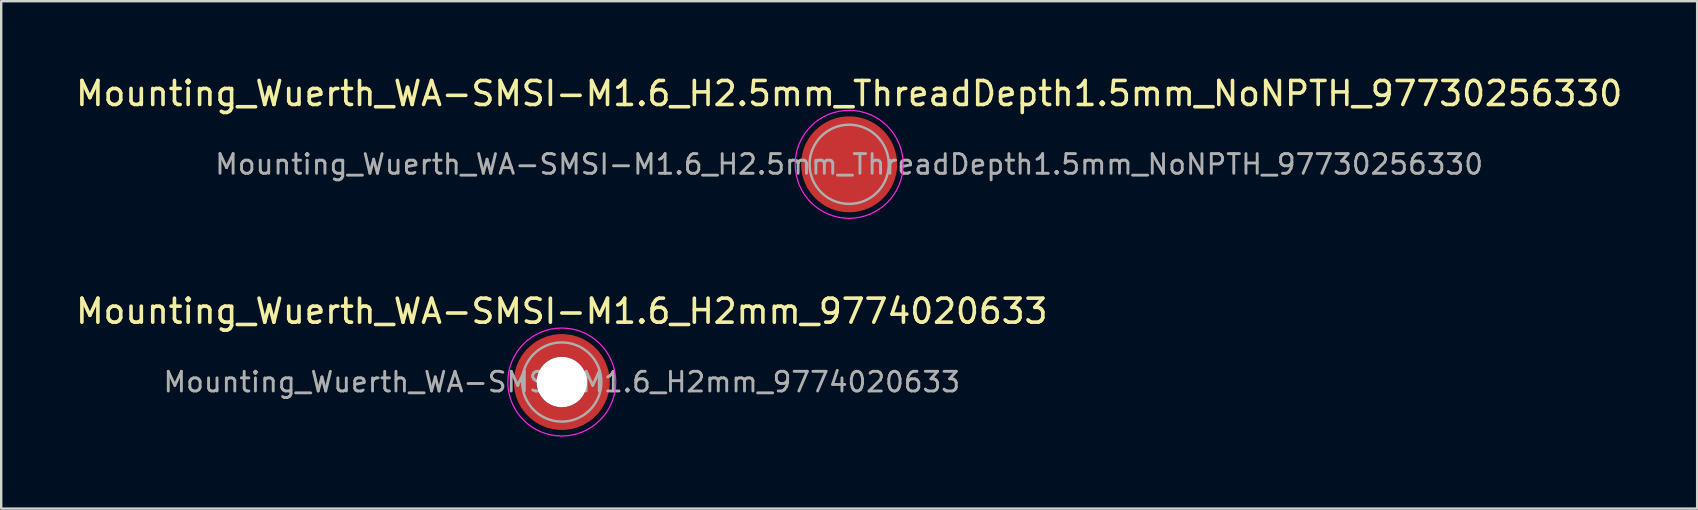
<source format=kicad_pcb>
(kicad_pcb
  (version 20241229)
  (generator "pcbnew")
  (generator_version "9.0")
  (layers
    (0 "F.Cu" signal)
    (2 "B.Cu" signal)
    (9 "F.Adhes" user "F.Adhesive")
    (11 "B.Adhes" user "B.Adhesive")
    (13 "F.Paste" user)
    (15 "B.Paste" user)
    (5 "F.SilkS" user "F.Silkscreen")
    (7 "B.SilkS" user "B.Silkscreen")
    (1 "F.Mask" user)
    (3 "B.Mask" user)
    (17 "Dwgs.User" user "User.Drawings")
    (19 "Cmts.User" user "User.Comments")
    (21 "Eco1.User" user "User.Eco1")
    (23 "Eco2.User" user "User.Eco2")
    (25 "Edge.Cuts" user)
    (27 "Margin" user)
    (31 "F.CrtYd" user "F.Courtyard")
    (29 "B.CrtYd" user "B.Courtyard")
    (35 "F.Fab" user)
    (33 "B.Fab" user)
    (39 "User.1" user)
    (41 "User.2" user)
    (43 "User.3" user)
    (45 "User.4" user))
  (footprint "Mounting_Wuerth_WA-SMSI-M1.6_H2.5mm_ThreadDepth1.5mm_NoNPTH_97730256330"
    (layer "F.Cu")
    (at 32.339 3.798)
    (property "Reference" "Mounting_Wuerth_WA-SMSI-M1.6_H2.5mm_ThreadDepth1.5mm_NoNPTH_97730256330" (at 0 -2.95 0) (layer "F.SilkS") (effects (font (size 1 1) (thickness 0.15))))
    (attr smd)
    (fp_circle (center 0 0) (end 2.25 0) (stroke (width 0.05) (type solid)) (fill no) (layer "F.CrtYd"))
    (fp_circle (center 0 0) (end 1.65 0) (stroke (width 0.1) (type solid)) (fill no) (layer "F.Fab"))
    (fp_text user "${REFERENCE}" (at 0 0 0) (layer "F.Fab") (effects (font (size 0.82 0.82) (thickness 0.12))))
    (pad "" smd custom (at -0.778 -0.778) (size 1.2 1.2) (layers "F.Paste") (options (anchor circle)) (primitives (gr_arc (start 0.465568 0.527817) (mid 0.494887 0.495062) (end 0.527624 0.465723) (width 0.2)) (gr_arc (start 0.344805 0.527817) (mid 0.424264 0.424264) (end 0.527818 0.344805) (width 0.2)) (gr_arc (start 0.232382 0.527817) (mid 0.353364 0.353743) (end 0.527329 0.232606) (width 0.2)) (gr_arc (start 0.123983 0.527817) (mid 0.282626 0.28306) (end 0.527243 0.124203) (width 0.2)) (gr_arc (start 0.017883 0.527817) (mid 0.211737 0.212527) (end 0.526755 0.018233) (width 0.2)) (gr_arc (start -0.086763 0.527817) (mid 0.141173 0.14167) (end 0.527142 -0.086568) (width 0.2)) (gr_arc (start -0.190428 0.527817) (mid 0.070433 0.070988) (end 0.527057 -0.190232) (width 0.2)) (gr_arc (start -0.293397 0.527817) (mid -0.000182 0.000182) (end 0.527315 -0.29328) (width 0.2)) (gr_arc (start -0.395852 0.527817) (mid -0.071085 -0.070336) (end 0.526781 -0.395631) (width 0.2)) (gr_arc (start -0.497918 0.527817) (mid -0.141622 -0.141221) (end 0.52726 -0.497809) (width 0.2)) (gr_arc (start -0.59968 0.527817) (mid -0.212364 -0.2119) (end 0.527171 -0.599563) (width 0.2)) (gr_arc (start -0.701202 0.527817) (mid -0.282952 -0.282733) (end 0.527511 -0.70115) (width 0.2)) (gr_arc (start -0.802531 0.527817) (mid -0.353765 -0.353343) (end 0.527227 -0.802438) (width 0.2)) (gr_arc (start -0.9037 0.527817) (mid -0.425176 -0.423352) (end 0.525265 -0.903319) (width 0.2)) (gr_arc (start -1.004737 0.527817) (mid -0.49534 -0.49461) (end 0.526794 -1.004593) (width 0.2)) (gr_line (start 0.528 0.466) (end 0.528 -1.005) (width 0.2)) (gr_line (start 0.466 0.528) (end -1.005 0.528) (width 0.2))))
    (pad "" smd custom (at -0.778 0.778) (size 1.2 1.2) (layers "F.Paste") (options (anchor circle)) (primitives (gr_arc (start 0.527817 -0.465568) (mid 0.495062 -0.494887) (end 0.465723 -0.527624) (width 0.2)) (gr_arc (start 0.527817 -0.344805) (mid 0.424264 -0.424264) (end 0.344805 -0.527818) (width 0.2)) (gr_arc (start 0.527817 -0.232382) (mid 0.353743 -0.353364) (end 0.232606 -0.527329) (width 0.2)) (gr_arc (start 0.527817 -0.123983) (mid 0.28306 -0.282626) (end 0.124203 -0.527243) (width 0.2)) (gr_arc (start 0.527817 -0.017883) (mid 0.212527 -0.211737) (end 0.018233 -0.526755) (width 0.2)) (gr_arc (start 0.527817 0.086763) (mid 0.14167 -0.141173) (end -0.086568 -0.527142) (width 0.2)) (gr_arc (start 0.527817 0.190428) (mid 0.070988 -0.070433) (end -0.190232 -0.527057) (width 0.2)) (gr_arc (start 0.527817 0.293397) (mid 0.000182 0.000182) (end -0.29328 -0.527315) (width 0.2)) (gr_arc (start 0.527817 0.395852) (mid -0.070336 0.071085) (end -0.395631 -0.526781) (width 0.2)) (gr_arc (start 0.527817 0.497918) (mid -0.141221 0.141622) (end -0.497809 -0.52726) (width 0.2)) (gr_arc (start 0.527817 0.59968) (mid -0.2119 0.212364) (end -0.599563 -0.527171) (width 0.2)) (gr_arc (start 0.527817 0.701202) (mid -0.282733 0.282952) (end -0.70115 -0.527511) (width 0.2)) (gr_arc (start 0.527817 0.802531) (mid -0.353343 0.353765) (end -0.802438 -0.527227) (width 0.2)) (gr_arc (start 0.527817 0.9037) (mid -0.423352 0.425176) (end -0.903319 -0.525265) (width 0.2)) (gr_arc (start 0.527817 1.004737) (mid -0.49461 0.49534) (end -1.004593 -0.526794) (width 0.2)) (gr_line (start 0.466 -0.528) (end -1.005 -0.528) (width 0.2)) (gr_line (start 0.528 -0.466) (end 0.528 1.005) (width 0.2))))
    (pad "" smd custom (at 0.778 -0.778) (size 1.2 1.2) (layers "F.Paste") (options (anchor circle)) (primitives (gr_arc (start -0.527817 0.465568) (mid -0.495062 0.494887) (end -0.465723 0.527624) (width 0.2)) (gr_arc (start -0.527817 0.344805) (mid -0.424264 0.424264) (end -0.344805 0.527818) (width 0.2)) (gr_arc (start -0.527817 0.232382) (mid -0.353743 0.353364) (end -0.232606 0.527329) (width 0.2)) (gr_arc (start -0.527817 0.123983) (mid -0.28306 0.282626) (end -0.124203 0.527243) (width 0.2)) (gr_arc (start -0.527817 0.017883) (mid -0.212527 0.211737) (end -0.018233 0.526755) (width 0.2)) (gr_arc (start -0.527817 -0.086763) (mid -0.14167 0.141173) (end 0.086568 0.527142) (width 0.2)) (gr_arc (start -0.527817 -0.190428) (mid -0.070988 0.070433) (end 0.190232 0.527057) (width 0.2)) (gr_arc (start -0.527817 -0.293397) (mid -0.000182 -0.000182) (end 0.29328 0.527315) (width 0.2)) (gr_arc (start -0.527817 -0.395852) (mid 0.070336 -0.071085) (end 0.395631 0.526781) (width 0.2)) (gr_arc (start -0.527817 -0.497918) (mid 0.141221 -0.141622) (end 0.497809 0.52726) (width 0.2)) (gr_arc (start -0.527817 -0.59968) (mid 0.2119 -0.212364) (end 0.599563 0.527171) (width 0.2)) (gr_arc (start -0.527817 -0.701202) (mid 0.282733 -0.282952) (end 0.70115 0.527511) (width 0.2)) (gr_arc (start -0.527817 -0.802531) (mid 0.353343 -0.353765) (end 0.802438 0.527227) (width 0.2)) (gr_arc (start -0.527817 -0.9037) (mid 0.423352 -0.425176) (end 0.903319 0.525265) (width 0.2)) (gr_arc (start -0.527817 -1.004737) (mid 0.49461 -0.49534) (end 1.004593 0.526794) (width 0.2)) (gr_line (start -0.466 0.528) (end 1.005 0.528) (width 0.2)) (gr_line (start -0.528 0.466) (end -0.528 -1.005) (width 0.2))))
    (pad "" smd custom (at 0.778 0.778) (size 1.2 1.2) (layers "F.Paste") (options (anchor circle)) (primitives (gr_arc (start -0.465568 -0.527817) (mid -0.494887 -0.495062) (end -0.527624 -0.465723) (width 0.2)) (gr_arc (start -0.344805 -0.527817) (mid -0.424264 -0.424264) (end -0.527818 -0.344805) (width 0.2)) (gr_arc (start -0.232382 -0.527817) (mid -0.353364 -0.353743) (end -0.527329 -0.232606) (width 0.2)) (gr_arc (start -0.123983 -0.527817) (mid -0.282626 -0.28306) (end -0.527243 -0.124203) (width 0.2)) (gr_arc (start -0.017883 -0.527817) (mid -0.211737 -0.212527) (end -0.526755 -0.018233) (width 0.2)) (gr_arc (start 0.086763 -0.527817) (mid -0.141173 -0.14167) (end -0.527142 0.086568) (width 0.2)) (gr_arc (start 0.190428 -0.527817) (mid -0.070433 -0.070988) (end -0.527057 0.190232) (width 0.2)) (gr_arc (start 0.293397 -0.527817) (mid 0.000182 -0.000182) (end -0.527315 0.29328) (width 0.2)) (gr_arc (start 0.395852 -0.527817) (mid 0.071085 0.070336) (end -0.526781 0.395631) (width 0.2)) (gr_arc (start 0.497918 -0.527817) (mid 0.141622 0.141221) (end -0.52726 0.497809) (width 0.2)) (gr_arc (start 0.59968 -0.527817) (mid 0.212364 0.2119) (end -0.527171 0.599563) (width 0.2)) (gr_arc (start 0.701202 -0.527817) (mid 0.282952 0.282733) (end -0.527511 0.70115) (width 0.2)) (gr_arc (start 0.802531 -0.527817) (mid 0.353765 0.353343) (end -0.527227 0.802438) (width 0.2)) (gr_arc (start 0.9037 -0.527817) (mid 0.425176 0.423352) (end -0.525265 0.903319) (width 0.2)) (gr_arc (start 1.004737 -0.527817) (mid 0.49534 0.49461) (end -0.526794 1.004593) (width 0.2)) (gr_line (start -0.528 -0.466) (end -0.528 1.005) (width 0.2)) (gr_line (start -0.466 -0.528) (end 1.005 -0.528) (width 0.2))))
    (pad "1" smd circle (at 0 0) (size 4 4) (layers "F.Cu" "F.Mask")))
  (footprint "Mounting_Wuerth_WA-SMSI-M1.6_H2mm_9774020633"
    (layer "F.Cu")
    (at 20.363 12.871)
    (property "Reference" "Mounting_Wuerth_WA-SMSI-M1.6_H2mm_9774020633" (at 0 -2.95 0) (layer "F.SilkS") (effects (font (size 1 1) (thickness 0.15))))
    (attr smd)
    (fp_circle (center 0 0) (end 2.25 0) (stroke (width 0.05) (type solid)) (fill no) (layer "F.CrtYd"))
    (fp_circle (center 0 0) (end 1.65 0) (stroke (width 0.1) (type solid)) (fill no) (layer "F.Fab"))
    (fp_text user "${REFERENCE}" (at 0 0 0) (layer "F.Fab") (effects (font (size 0.82 0.82) (thickness 0.12))))
    (pad "" smd custom (at -1.061 -1.061) (size 0.4 0.4) (layers "F.Paste") (options (anchor circle)) (primitives (gr_arc (start -0.101235 0.76066) (mid 0.211799 0.212465) (end 0.759748 -0.100999) (width 0.2)) (gr_arc (start -0.204251 0.76066) (mid 0.141299 0.141544) (end 0.760323 -0.204171) (width 0.2)) (gr_arc (start -0.306819 0.76066) (mid 0.070255 0.071167) (end 0.759401 -0.306542) (width 0.2)) (gr_arc (start -0.409034 0.76066) (mid -0.000242 0.000241) (end 0.759991 -0.408897) (width 0.2)) (gr_arc (start -0.510963 0.76066) (mid -0.071561 -0.06986) (end 0.758297 -0.51051) (width 0.2)) (gr_arc (start -0.61266 0.76066) (mid -0.142171 -0.140671) (end 0.758572 -0.612284) (width 0.2)) (gr_arc (start -0.714164 0.76066) (mid -0.212264 -0.212) (end 0.760292 -0.714102) (width 0.2)) (gr_line (start 0.761 -0.101) (end 0.761 -0.714) (width 0.2)) (gr_line (start -0.101 0.761) (end -0.714 0.761) (width 0.2))))
    (pad "" smd custom (at -1.061 1.061) (size 0.4 0.4) (layers "F.Paste") (options (anchor circle)) (primitives (gr_arc (start 0.76066 0.101235) (mid 0.212465 -0.211799) (end -0.100999 -0.759748) (width 0.2)) (gr_arc (start 0.76066 0.204251) (mid 0.141544 -0.141299) (end -0.204171 -0.760323) (width 0.2)) (gr_arc (start 0.76066 0.306819) (mid 0.071167 -0.070255) (end -0.306542 -0.759401) (width 0.2)) (gr_arc (start 0.76066 0.409034) (mid 0.000241 0.000242) (end -0.408897 -0.759991) (width 0.2)) (gr_arc (start 0.76066 0.510963) (mid -0.06986 0.071561) (end -0.51051 -0.758297) (width 0.2)) (gr_arc (start 0.76066 0.61266) (mid -0.140671 0.142171) (end -0.612284 -0.758572) (width 0.2)) (gr_arc (start 0.76066 0.714164) (mid -0.212 0.212264) (end -0.714102 -0.760292) (width 0.2)) (gr_line (start -0.101 -0.761) (end -0.714 -0.761) (width 0.2)) (gr_line (start 0.761 0.101) (end 0.761 0.714) (width 0.2))))
    (pad "" np_thru_hole circle (at 0 0) (size 2.1 2.1) (drill 2.1) (layers "*.Cu" "*.Mask"))
    (pad "" smd custom (at 1.061 -1.061) (size 0.4 0.4) (layers "F.Paste") (options (anchor circle)) (primitives (gr_arc (start -0.76066 -0.101235) (mid -0.212465 0.211799) (end 0.100999 0.759748) (width 0.2)) (gr_arc (start -0.76066 -0.204251) (mid -0.141544 0.141299) (end 0.204171 0.760323) (width 0.2)) (gr_arc (start -0.76066 -0.306819) (mid -0.071167 0.070255) (end 0.306542 0.759401) (width 0.2)) (gr_arc (start -0.76066 -0.409034) (mid -0.000241 -0.000242) (end 0.408897 0.759991) (width 0.2)) (gr_arc (start -0.76066 -0.510963) (mid 0.06986 -0.071561) (end 0.51051 0.758297) (width 0.2)) (gr_arc (start -0.76066 -0.61266) (mid 0.140671 -0.142171) (end 0.612284 0.758572) (width 0.2)) (gr_arc (start -0.76066 -0.714164) (mid 0.212 -0.212264) (end 0.714102 0.760292) (width 0.2)) (gr_line (start 0.101 0.761) (end 0.714 0.761) (width 0.2)) (gr_line (start -0.761 -0.101) (end -0.761 -0.714) (width 0.2))))
    (pad "" smd custom (at 1.061 1.061) (size 0.4 0.4) (layers "F.Paste") (options (anchor circle)) (primitives (gr_arc (start 0.101235 -0.76066) (mid -0.211799 -0.212465) (end -0.759748 0.100999) (width 0.2)) (gr_arc (start 0.204251 -0.76066) (mid -0.141299 -0.141544) (end -0.760323 0.204171) (width 0.2)) (gr_arc (start 0.306819 -0.76066) (mid -0.070255 -0.071167) (end -0.759401 0.306542) (width 0.2)) (gr_arc (start 0.409034 -0.76066) (mid 0.000242 -0.000241) (end -0.759991 0.408897) (width 0.2)) (gr_arc (start 0.510963 -0.76066) (mid 0.071561 0.06986) (end -0.758297 0.51051) (width 0.2)) (gr_arc (start 0.61266 -0.76066) (mid 0.142171 0.140671) (end -0.758572 0.612284) (width 0.2)) (gr_arc (start 0.714164 -0.76066) (mid 0.212264 0.212) (end -0.760292 0.714102) (width 0.2)) (gr_line (start -0.761 0.101) (end -0.761 0.714) (width 0.2)) (gr_line (start 0.101 -0.761) (end 0.714 -0.761) (width 0.2))))
    (pad "1" smd circle (at -1.525 0) (size 0.55 0.55) (layers "F.Cu"))
    (pad "1" smd circle (at 0 -1.525) (size 0.55 0.55) (layers "F.Cu"))
    (pad "1" smd circle (at 0 1.525) (size 0.55 0.55) (layers "F.Cu"))
    (pad "1" smd custom (at 1.525 0) (size 0.55 0.55) (layers "F.Cu" "F.Mask") (options (anchor circle)) (primitives (gr_circle (center -1.525 0) (end 0 0) (width 0.95) (fill no)))))
  (gr_rect
    (start -3 -3)
    (end 67.679 18.146)
    (stroke (width 0.1) (type default))
    (fill no)
    (layer "Edge.Cuts")))
</source>
